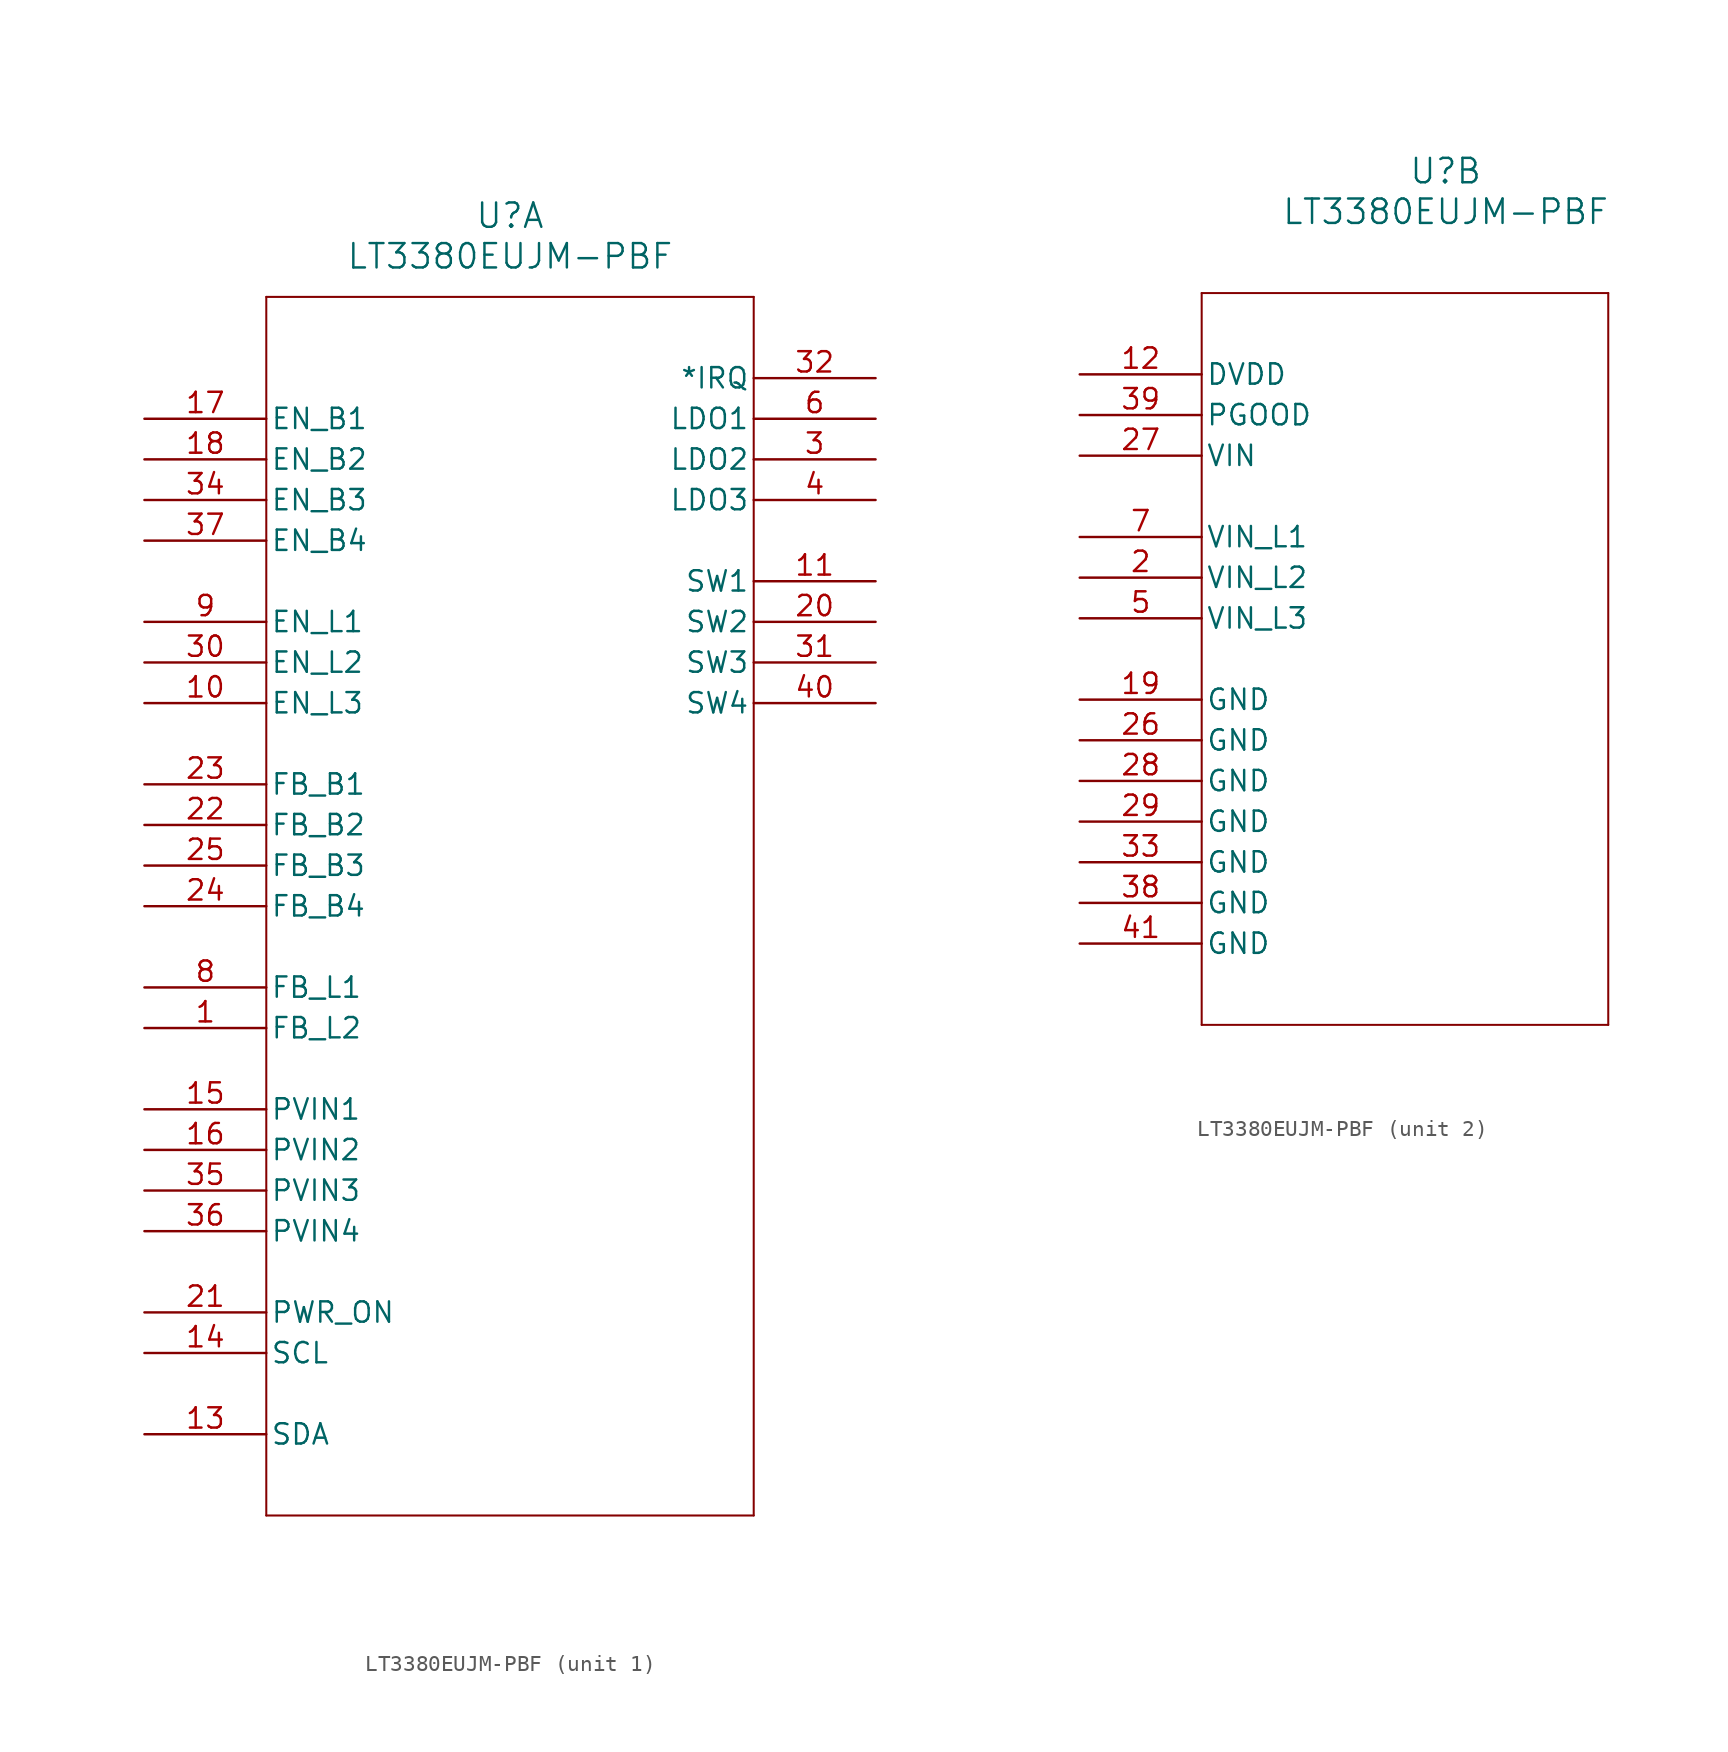
<source format=kicad_sym>
(kicad_symbol_lib
  (version 20211014)
  (generator kicad_symbol_editor)
  (symbol "LT3380EUJM-PBF"
    (pin_names
      (offset 0.254))
    (property "Reference" "U"
      (at 22.86 12.7 0)
      (effects (font (size 1.524 1.524))))
    (property "Value" "LT3380EUJM-PBF"
      (at 22.86 10.16 0)
      (effects (font (size 1.524 1.524))))
    (symbol "LT3380EUJM-PBF_1_1"
      (polyline (pts (xy 7.62 7.62) (xy 7.62 -68.58)) (stroke (width 0.127) (type default) (color 0 0 0 0)) (fill (type none)))
      (polyline (pts (xy 7.62 -68.58) (xy 38.1 -68.58)) (stroke (width 0.127) (type default) (color 0 0 0 0)) (fill (type none)))
      (polyline (pts (xy 38.1 -68.58) (xy 38.1 7.62)) (stroke (width 0.127) (type default) (color 0 0 0 0)) (fill (type none)))
      (polyline (pts (xy 38.1 7.62) (xy 7.62 7.62)) (stroke (width 0.127) (type default) (color 0 0 0 0)) (fill (type none)))
      (pin input line (at 0 -38.1 0) (length 7.62) (name "FB_L2" (effects (font (size 1.27 1.27)))) (number "1" (effects (font (size 1.27 1.27)))))
      (pin output line (at 45.72 -2.54 180) (length 7.62) (name "LDO2" (effects (font (size 1.27 1.27)))) (number "3" (effects (font (size 1.27 1.27)))))
      (pin output line (at 45.72 -5.08 180) (length 7.62) (name "LDO3" (effects (font (size 1.27 1.27)))) (number "4" (effects (font (size 1.27 1.27)))))
      (pin output line (at 45.72 0 180) (length 7.62) (name "LDO1" (effects (font (size 1.27 1.27)))) (number "6" (effects (font (size 1.27 1.27)))))
      (pin input line (at 0 -35.56 0) (length 7.62) (name "FB_L1" (effects (font (size 1.27 1.27)))) (number "8" (effects (font (size 1.27 1.27)))))
      (pin input line (at 0 -12.7 0) (length 7.62) (name "EN_L1" (effects (font (size 1.27 1.27)))) (number "9" (effects (font (size 1.27 1.27)))))
      (pin input line (at 0 -17.78 0) (length 7.62) (name "EN_L3" (effects (font (size 1.27 1.27)))) (number "10" (effects (font (size 1.27 1.27)))))
      (pin unspecified line (at 45.72 -10.16 180) (length 7.62) (name "SW1" (effects (font (size 1.27 1.27)))) (number "11" (effects (font (size 1.27 1.27)))))
      (pin bidirectional line (at 0 -63.5 0) (length 7.62) (name "SDA" (effects (font (size 1.27 1.27)))) (number "13" (effects (font (size 1.27 1.27)))))
      (pin input line (at 0 -58.42 0) (length 7.62) (name "SCL" (effects (font (size 1.27 1.27)))) (number "14" (effects (font (size 1.27 1.27)))))
      (pin power_in line (at 0 -43.18 0) (length 7.62) (name "PVIN1" (effects (font (size 1.27 1.27)))) (number "15" (effects (font (size 1.27 1.27)))))
      (pin power_in line (at 0 -45.72 0) (length 7.62) (name "PVIN2" (effects (font (size 1.27 1.27)))) (number "16" (effects (font (size 1.27 1.27)))))
      (pin input line (at 0 0 0) (length 7.62) (name "EN_B1" (effects (font (size 1.27 1.27)))) (number "17" (effects (font (size 1.27 1.27)))))
      (pin input line (at 0 -2.54 0) (length 7.62) (name "EN_B2" (effects (font (size 1.27 1.27)))) (number "18" (effects (font (size 1.27 1.27)))))
      (pin unspecified line (at 45.72 -12.7 180) (length 7.62) (name "SW2" (effects (font (size 1.27 1.27)))) (number "20" (effects (font (size 1.27 1.27)))))
      (pin input line (at 0 -55.88 0) (length 7.62) (name "PWR_ON" (effects (font (size 1.27 1.27)))) (number "21" (effects (font (size 1.27 1.27)))))
      (pin input line (at 0 -25.4 0) (length 7.62) (name "FB_B2" (effects (font (size 1.27 1.27)))) (number "22" (effects (font (size 1.27 1.27)))))
      (pin input line (at 0 -22.86 0) (length 7.62) (name "FB_B1" (effects (font (size 1.27 1.27)))) (number "23" (effects (font (size 1.27 1.27)))))
      (pin input line (at 0 -30.48 0) (length 7.62) (name "FB_B4" (effects (font (size 1.27 1.27)))) (number "24" (effects (font (size 1.27 1.27)))))
      (pin input line (at 0 -27.94 0) (length 7.62) (name "FB_B3" (effects (font (size 1.27 1.27)))) (number "25" (effects (font (size 1.27 1.27)))))
      (pin input line (at 0 -15.24 0) (length 7.62) (name "EN_L2" (effects (font (size 1.27 1.27)))) (number "30" (effects (font (size 1.27 1.27)))))
      (pin unspecified line (at 45.72 -15.24 180) (length 7.62) (name "SW3" (effects (font (size 1.27 1.27)))) (number "31" (effects (font (size 1.27 1.27)))))
      (pin output line (at 45.72 2.54 180) (length 7.62) (name "*IRQ" (effects (font (size 1.27 1.27)))) (number "32" (effects (font (size 1.27 1.27)))))
      (pin input line (at 0 -5.08 0) (length 7.62) (name "EN_B3" (effects (font (size 1.27 1.27)))) (number "34" (effects (font (size 1.27 1.27)))))
      (pin power_in line (at 0 -48.26 0) (length 7.62) (name "PVIN3" (effects (font (size 1.27 1.27)))) (number "35" (effects (font (size 1.27 1.27)))))
      (pin power_in line (at 0 -50.8 0) (length 7.62) (name "PVIN4" (effects (font (size 1.27 1.27)))) (number "36" (effects (font (size 1.27 1.27)))))
      (pin input line (at 0 -7.62 0) (length 7.62) (name "EN_B4" (effects (font (size 1.27 1.27)))) (number "37" (effects (font (size 1.27 1.27)))))
      (pin unspecified line (at 45.72 -17.78 180) (length 7.62) (name "SW4" (effects (font (size 1.27 1.27)))) (number "40" (effects (font (size 1.27 1.27))))))
    (symbol "LT3380EUJM-PBF_2_1"
      (polyline (pts (xy 7.62 5.08) (xy 7.62 -40.64)) (stroke (width 0.127) (type default) (color 0 0 0 0)) (fill (type none)))
      (polyline (pts (xy 7.62 -40.64) (xy 33.02 -40.64)) (stroke (width 0.127) (type default) (color 0 0 0 0)) (fill (type none)))
      (polyline (pts (xy 33.02 -40.64) (xy 33.02 5.08)) (stroke (width 0.127) (type default) (color 0 0 0 0)) (fill (type none)))
      (polyline (pts (xy 33.02 5.08) (xy 7.62 5.08)) (stroke (width 0.127) (type default) (color 0 0 0 0)) (fill (type none)))
      (pin power_in line (at 0 -12.7 0) (length 7.62) (name "VIN_L2" (effects (font (size 1.27 1.27)))) (number "2" (effects (font (size 1.27 1.27)))))
      (pin power_in line (at 0 -15.24 0) (length 7.62) (name "VIN_L3" (effects (font (size 1.27 1.27)))) (number "5" (effects (font (size 1.27 1.27)))))
      (pin power_in line (at 0 -10.16 0) (length 7.62) (name "VIN_L1" (effects (font (size 1.27 1.27)))) (number "7" (effects (font (size 1.27 1.27)))))
      (pin power_in line (at 0 0 0) (length 7.62) (name "DVDD" (effects (font (size 1.27 1.27)))) (number "12" (effects (font (size 1.27 1.27)))))
      (pin power_out line (at 0 -20.32 0) (length 7.62) (name "GND" (effects (font (size 1.27 1.27)))) (number "19" (effects (font (size 1.27 1.27)))))
      (pin power_out line (at 0 -22.86 0) (length 7.62) (name "GND" (effects (font (size 1.27 1.27)))) (number "26" (effects (font (size 1.27 1.27)))))
      (pin power_in line (at 0 -5.08 0) (length 7.62) (name "VIN" (effects (font (size 1.27 1.27)))) (number "27" (effects (font (size 1.27 1.27)))))
      (pin power_out line (at 0 -25.4 0) (length 7.62) (name "GND" (effects (font (size 1.27 1.27)))) (number "28" (effects (font (size 1.27 1.27)))))
      (pin power_out line (at 0 -27.94 0) (length 7.62) (name "GND" (effects (font (size 1.27 1.27)))) (number "29" (effects (font (size 1.27 1.27)))))
      (pin power_out line (at 0 -30.48 0) (length 7.62) (name "GND" (effects (font (size 1.27 1.27)))) (number "33" (effects (font (size 1.27 1.27)))))
      (pin power_out line (at 0 -33.02 0) (length 7.62) (name "GND" (effects (font (size 1.27 1.27)))) (number "38" (effects (font (size 1.27 1.27)))))
      (pin output line (at 0 -2.54 0) (length 7.62) (name "PGOOD" (effects (font (size 1.27 1.27)))) (number "39" (effects (font (size 1.27 1.27)))))
      (pin power_out line (at 0 -35.56 0) (length 7.62) (name "GND" (effects (font (size 1.27 1.27)))) (number "41" (effects (font (size 1.27 1.27))))))))
</source>
